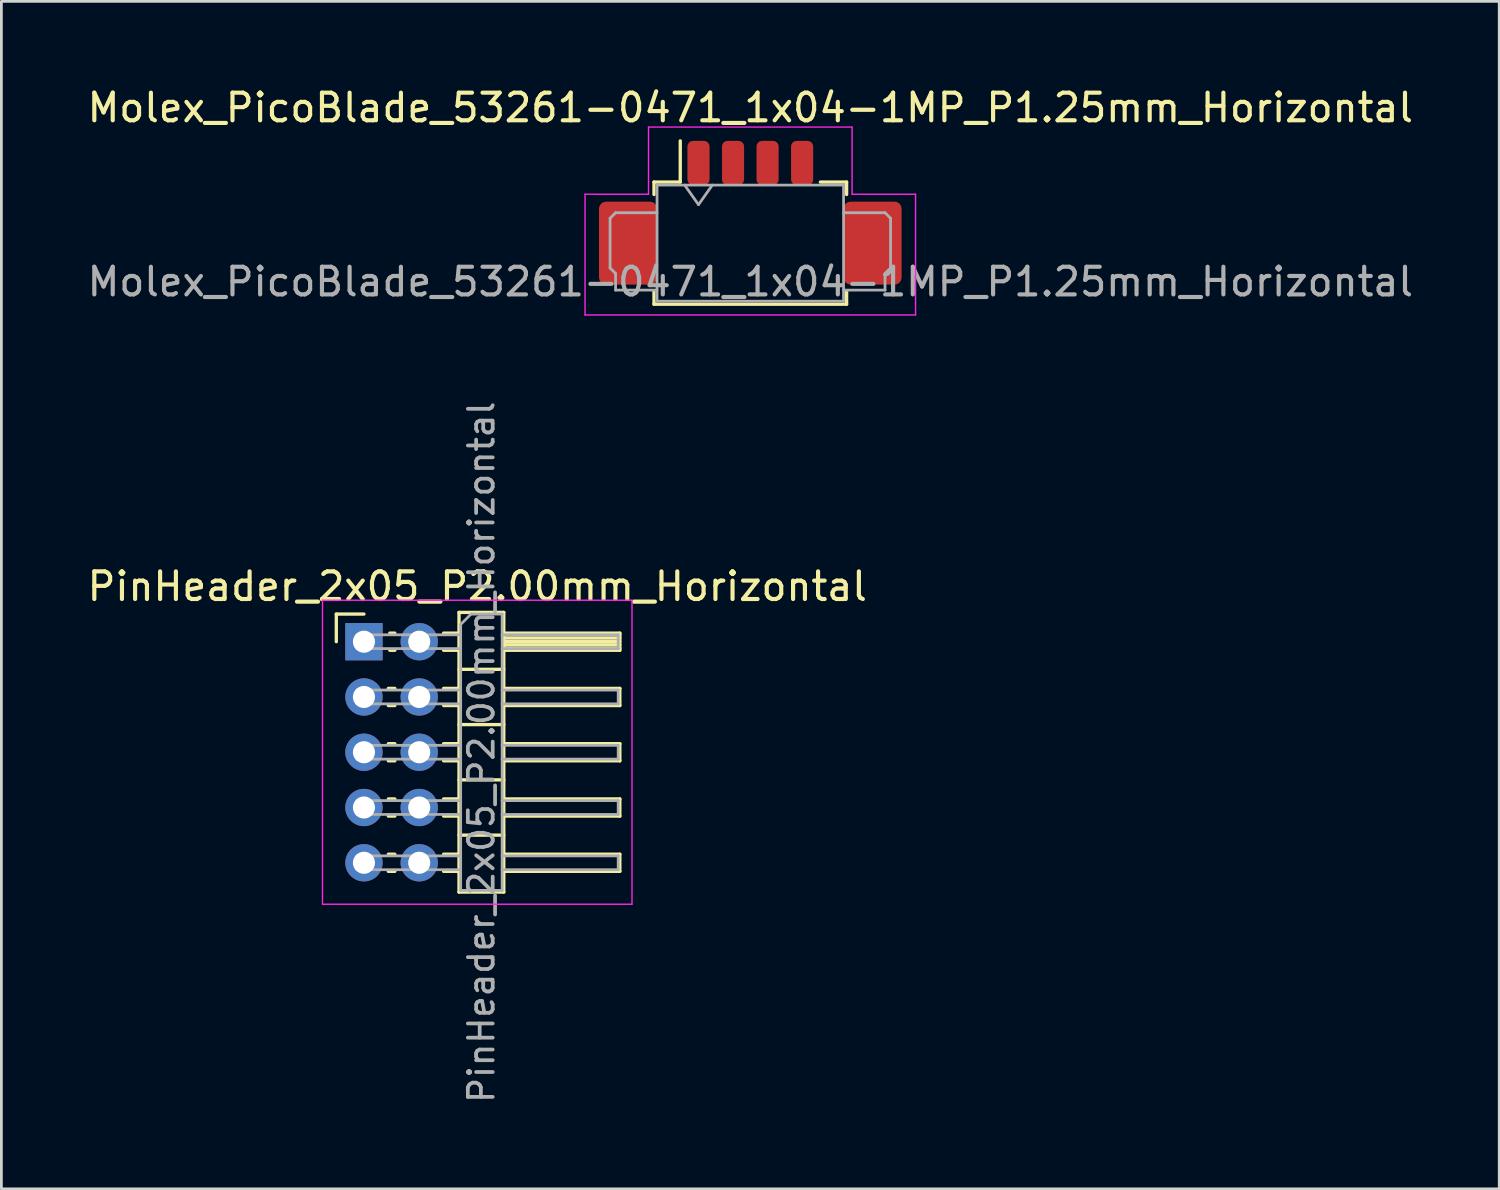
<source format=kicad_pcb>
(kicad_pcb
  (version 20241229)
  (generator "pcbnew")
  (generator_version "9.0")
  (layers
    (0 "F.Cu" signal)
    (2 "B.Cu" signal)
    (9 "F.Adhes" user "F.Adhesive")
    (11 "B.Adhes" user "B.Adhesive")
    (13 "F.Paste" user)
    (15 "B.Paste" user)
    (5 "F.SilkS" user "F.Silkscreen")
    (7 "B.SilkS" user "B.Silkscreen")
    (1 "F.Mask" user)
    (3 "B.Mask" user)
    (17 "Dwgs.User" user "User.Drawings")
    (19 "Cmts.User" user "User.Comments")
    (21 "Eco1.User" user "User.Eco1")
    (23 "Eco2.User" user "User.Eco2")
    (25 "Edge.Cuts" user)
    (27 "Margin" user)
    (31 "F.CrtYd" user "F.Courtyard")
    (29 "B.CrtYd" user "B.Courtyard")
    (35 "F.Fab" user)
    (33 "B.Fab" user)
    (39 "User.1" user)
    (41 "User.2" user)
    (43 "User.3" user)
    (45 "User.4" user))
  (footprint "PinHeader_2x05_P2.00mm_Horizontal"
    (layer "F.Cu")
    (at 10.12 20.171)
    (property "Reference" "PinHeader_2x05_P2.00mm_Horizontal" (at 4.1 -2 0) (layer "F.SilkS") (effects (font (size 1 1) (thickness 0.15))))
    (attr through_hole)
    (fp_line (start -1 -1) (end 0 -1) (stroke (width 0.12) (type solid)) (layer "F.SilkS"))
    (fp_line (start -1 0) (end -1 -1) (stroke (width 0.12) (type solid)) (layer "F.SilkS"))
    (fp_line (start 0.882 1.69) (end 1.118 1.69) (stroke (width 0.12) (type solid)) (layer "F.SilkS"))
    (fp_line (start 0.882 2.31) (end 1.118 2.31) (stroke (width 0.12) (type solid)) (layer "F.SilkS"))
    (fp_line (start 0.882 3.69) (end 1.118 3.69) (stroke (width 0.12) (type solid)) (layer "F.SilkS"))
    (fp_line (start 0.882 4.31) (end 1.118 4.31) (stroke (width 0.12) (type solid)) (layer "F.SilkS"))
    (fp_line (start 0.882 5.69) (end 1.118 5.69) (stroke (width 0.12) (type solid)) (layer "F.SilkS"))
    (fp_line (start 0.882 6.31) (end 1.118 6.31) (stroke (width 0.12) (type solid)) (layer "F.SilkS"))
    (fp_line (start 0.882 7.69) (end 1.118 7.69) (stroke (width 0.12) (type solid)) (layer "F.SilkS"))
    (fp_line (start 0.882 8.31) (end 1.118 8.31) (stroke (width 0.12) (type solid)) (layer "F.SilkS"))
    (fp_line (start 0.935 -0.31) (end 1.118 -0.31) (stroke (width 0.12) (type solid)) (layer "F.SilkS"))
    (fp_line (start 0.935 0.31) (end 1.118 0.31) (stroke (width 0.12) (type solid)) (layer "F.SilkS"))
    (fp_line (start 2.882 -0.31) (end 3.44 -0.31) (stroke (width 0.12) (type solid)) (layer "F.SilkS"))
    (fp_line (start 2.882 0.31) (end 3.44 0.31) (stroke (width 0.12) (type solid)) (layer "F.SilkS"))
    (fp_line (start 2.882 1.69) (end 3.44 1.69) (stroke (width 0.12) (type solid)) (layer "F.SilkS"))
    (fp_line (start 2.882 2.31) (end 3.44 2.31) (stroke (width 0.12) (type solid)) (layer "F.SilkS"))
    (fp_line (start 2.882 3.69) (end 3.44 3.69) (stroke (width 0.12) (type solid)) (layer "F.SilkS"))
    (fp_line (start 2.882 4.31) (end 3.44 4.31) (stroke (width 0.12) (type solid)) (layer "F.SilkS"))
    (fp_line (start 2.882 5.69) (end 3.44 5.69) (stroke (width 0.12) (type solid)) (layer "F.SilkS"))
    (fp_line (start 2.882 6.31) (end 3.44 6.31) (stroke (width 0.12) (type solid)) (layer "F.SilkS"))
    (fp_line (start 2.882 7.69) (end 3.44 7.69) (stroke (width 0.12) (type solid)) (layer "F.SilkS"))
    (fp_line (start 2.882 8.31) (end 3.44 8.31) (stroke (width 0.12) (type solid)) (layer "F.SilkS"))
    (fp_line (start 3.44 -1.06) (end 3.44 9.06) (stroke (width 0.12) (type solid)) (layer "F.SilkS"))
    (fp_line (start 3.44 1) (end 5.06 1) (stroke (width 0.12) (type solid)) (layer "F.SilkS"))
    (fp_line (start 3.44 3) (end 5.06 3) (stroke (width 0.12) (type solid)) (layer "F.SilkS"))
    (fp_line (start 3.44 5) (end 5.06 5) (stroke (width 0.12) (type solid)) (layer "F.SilkS"))
    (fp_line (start 3.44 7) (end 5.06 7) (stroke (width 0.12) (type solid)) (layer "F.SilkS"))
    (fp_line (start 3.44 9.06) (end 5.06 9.06) (stroke (width 0.12) (type solid)) (layer "F.SilkS"))
    (fp_line (start 5.06 -1.06) (end 3.44 -1.06) (stroke (width 0.12) (type solid)) (layer "F.SilkS"))
    (fp_line (start 5.06 -0.31) (end 9.26 -0.31) (stroke (width 0.12) (type solid)) (layer "F.SilkS"))
    (fp_line (start 5.06 -0.25) (end 9.26 -0.25) (stroke (width 0.12) (type solid)) (layer "F.SilkS"))
    (fp_line (start 5.06 -0.13) (end 9.26 -0.13) (stroke (width 0.12) (type solid)) (layer "F.SilkS"))
    (fp_line (start 5.06 -0.01) (end 9.26 -0.01) (stroke (width 0.12) (type solid)) (layer "F.SilkS"))
    (fp_line (start 5.06 0.11) (end 9.26 0.11) (stroke (width 0.12) (type solid)) (layer "F.SilkS"))
    (fp_line (start 5.06 0.23) (end 9.26 0.23) (stroke (width 0.12) (type solid)) (layer "F.SilkS"))
    (fp_line (start 5.06 1.69) (end 9.26 1.69) (stroke (width 0.12) (type solid)) (layer "F.SilkS"))
    (fp_line (start 5.06 3.69) (end 9.26 3.69) (stroke (width 0.12) (type solid)) (layer "F.SilkS"))
    (fp_line (start 5.06 5.69) (end 9.26 5.69) (stroke (width 0.12) (type solid)) (layer "F.SilkS"))
    (fp_line (start 5.06 7.69) (end 9.26 7.69) (stroke (width 0.12) (type solid)) (layer "F.SilkS"))
    (fp_line (start 5.06 9.06) (end 5.06 -1.06) (stroke (width 0.12) (type solid)) (layer "F.SilkS"))
    (fp_line (start 9.26 -0.31) (end 9.26 0.31) (stroke (width 0.12) (type solid)) (layer "F.SilkS"))
    (fp_line (start 9.26 0.31) (end 5.06 0.31) (stroke (width 0.12) (type solid)) (layer "F.SilkS"))
    (fp_line (start 9.26 1.69) (end 9.26 2.31) (stroke (width 0.12) (type solid)) (layer "F.SilkS"))
    (fp_line (start 9.26 2.31) (end 5.06 2.31) (stroke (width 0.12) (type solid)) (layer "F.SilkS"))
    (fp_line (start 9.26 3.69) (end 9.26 4.31) (stroke (width 0.12) (type solid)) (layer "F.SilkS"))
    (fp_line (start 9.26 4.31) (end 5.06 4.31) (stroke (width 0.12) (type solid)) (layer "F.SilkS"))
    (fp_line (start 9.26 5.69) (end 9.26 6.31) (stroke (width 0.12) (type solid)) (layer "F.SilkS"))
    (fp_line (start 9.26 6.31) (end 5.06 6.31) (stroke (width 0.12) (type solid)) (layer "F.SilkS"))
    (fp_line (start 9.26 7.69) (end 9.26 8.31) (stroke (width 0.12) (type solid)) (layer "F.SilkS"))
    (fp_line (start 9.26 8.31) (end 5.06 8.31) (stroke (width 0.12) (type solid)) (layer "F.SilkS"))
    (fp_line (start -1.5 -1.5) (end -1.5 9.5) (stroke (width 0.05) (type solid)) (layer "F.CrtYd"))
    (fp_line (start -1.5 9.5) (end 9.7 9.5) (stroke (width 0.05) (type solid)) (layer "F.CrtYd"))
    (fp_line (start 9.7 -1.5) (end -1.5 -1.5) (stroke (width 0.05) (type solid)) (layer "F.CrtYd"))
    (fp_line (start 9.7 9.5) (end 9.7 -1.5) (stroke (width 0.05) (type solid)) (layer "F.CrtYd"))
    (fp_line (start -0.25 -0.25) (end -0.25 0.25) (stroke (width 0.1) (type solid)) (layer "F.Fab"))
    (fp_line (start -0.25 -0.25) (end 3.5 -0.25) (stroke (width 0.1) (type solid)) (layer "F.Fab"))
    (fp_line (start -0.25 0.25) (end 3.5 0.25) (stroke (width 0.1) (type solid)) (layer "F.Fab"))
    (fp_line (start -0.25 1.75) (end -0.25 2.25) (stroke (width 0.1) (type solid)) (layer "F.Fab"))
    (fp_line (start -0.25 1.75) (end 3.5 1.75) (stroke (width 0.1) (type solid)) (layer "F.Fab"))
    (fp_line (start -0.25 2.25) (end 3.5 2.25) (stroke (width 0.1) (type solid)) (layer "F.Fab"))
    (fp_line (start -0.25 3.75) (end -0.25 4.25) (stroke (width 0.1) (type solid)) (layer "F.Fab"))
    (fp_line (start -0.25 3.75) (end 3.5 3.75) (stroke (width 0.1) (type solid)) (layer "F.Fab"))
    (fp_line (start -0.25 4.25) (end 3.5 4.25) (stroke (width 0.1) (type solid)) (layer "F.Fab"))
    (fp_line (start -0.25 5.75) (end -0.25 6.25) (stroke (width 0.1) (type solid)) (layer "F.Fab"))
    (fp_line (start -0.25 5.75) (end 3.5 5.75) (stroke (width 0.1) (type solid)) (layer "F.Fab"))
    (fp_line (start -0.25 6.25) (end 3.5 6.25) (stroke (width 0.1) (type solid)) (layer "F.Fab"))
    (fp_line (start -0.25 7.75) (end -0.25 8.25) (stroke (width 0.1) (type solid)) (layer "F.Fab"))
    (fp_line (start -0.25 7.75) (end 3.5 7.75) (stroke (width 0.1) (type solid)) (layer "F.Fab"))
    (fp_line (start -0.25 8.25) (end 3.5 8.25) (stroke (width 0.1) (type solid)) (layer "F.Fab"))
    (fp_line (start 3.5 -0.625) (end 3.875 -1) (stroke (width 0.1) (type solid)) (layer "F.Fab"))
    (fp_line (start 3.5 9) (end 3.5 -0.625) (stroke (width 0.1) (type solid)) (layer "F.Fab"))
    (fp_line (start 3.875 -1) (end 5 -1) (stroke (width 0.1) (type solid)) (layer "F.Fab"))
    (fp_line (start 5 -1) (end 5 9) (stroke (width 0.1) (type solid)) (layer "F.Fab"))
    (fp_line (start 5 -0.25) (end 9.2 -0.25) (stroke (width 0.1) (type solid)) (layer "F.Fab"))
    (fp_line (start 5 0.25) (end 9.2 0.25) (stroke (width 0.1) (type solid)) (layer "F.Fab"))
    (fp_line (start 5 1.75) (end 9.2 1.75) (stroke (width 0.1) (type solid)) (layer "F.Fab"))
    (fp_line (start 5 2.25) (end 9.2 2.25) (stroke (width 0.1) (type solid)) (layer "F.Fab"))
    (fp_line (start 5 3.75) (end 9.2 3.75) (stroke (width 0.1) (type solid)) (layer "F.Fab"))
    (fp_line (start 5 4.25) (end 9.2 4.25) (stroke (width 0.1) (type solid)) (layer "F.Fab"))
    (fp_line (start 5 5.75) (end 9.2 5.75) (stroke (width 0.1) (type solid)) (layer "F.Fab"))
    (fp_line (start 5 6.25) (end 9.2 6.25) (stroke (width 0.1) (type solid)) (layer "F.Fab"))
    (fp_line (start 5 7.75) (end 9.2 7.75) (stroke (width 0.1) (type solid)) (layer "F.Fab"))
    (fp_line (start 5 8.25) (end 9.2 8.25) (stroke (width 0.1) (type solid)) (layer "F.Fab"))
    (fp_line (start 5 9) (end 3.5 9) (stroke (width 0.1) (type solid)) (layer "F.Fab"))
    (fp_line (start 9.2 -0.25) (end 9.2 0.25) (stroke (width 0.1) (type solid)) (layer "F.Fab"))
    (fp_line (start 9.2 1.75) (end 9.2 2.25) (stroke (width 0.1) (type solid)) (layer "F.Fab"))
    (fp_line (start 9.2 3.75) (end 9.2 4.25) (stroke (width 0.1) (type solid)) (layer "F.Fab"))
    (fp_line (start 9.2 5.75) (end 9.2 6.25) (stroke (width 0.1) (type solid)) (layer "F.Fab"))
    (fp_line (start 9.2 7.75) (end 9.2 8.25) (stroke (width 0.1) (type solid)) (layer "F.Fab"))
    (fp_text user "${REFERENCE}" (at 4.25 4 90) (layer "F.Fab") (effects (font (size 0.9 0.9) (thickness 0.135))))
    (pad "1" thru_hole rect (at 0 0) (size 1.35 1.35) (drill 0.8) (layers "*.Cu" "*.Mask"))
    (pad "2" thru_hole oval (at 2 0) (size 1.35 1.35) (drill 0.8) (layers "*.Cu" "*.Mask"))
    (pad "3" thru_hole oval (at 0 2) (size 1.35 1.35) (drill 0.8) (layers "*.Cu" "*.Mask"))
    (pad "4" thru_hole oval (at 2 2) (size 1.35 1.35) (drill 0.8) (layers "*.Cu" "*.Mask"))
    (pad "5" thru_hole oval (at 0 4) (size 1.35 1.35) (drill 0.8) (layers "*.Cu" "*.Mask"))
    (pad "6" thru_hole oval (at 2 4) (size 1.35 1.35) (drill 0.8) (layers "*.Cu" "*.Mask"))
    (pad "7" thru_hole oval (at 0 6) (size 1.35 1.35) (drill 0.8) (layers "*.Cu" "*.Mask"))
    (pad "8" thru_hole oval (at 2 6) (size 1.35 1.35) (drill 0.8) (layers "*.Cu" "*.Mask"))
    (pad "9" thru_hole oval (at 0 8) (size 1.35 1.35) (drill 0.8) (layers "*.Cu" "*.Mask"))
    (pad "10" thru_hole oval (at 2 8) (size 1.35 1.35) (drill 0.8) (layers "*.Cu" "*.Mask")))
  (footprint "Molex_PicoBlade_53261-0471_1x04-1MP_P1.25mm_Horizontal"
    (layer "F.Cu")
    (at 24.101 5.248)
    (property "Reference" "Molex_PicoBlade_53261-0471_1x04-1MP_P1.25mm_Horizontal" (at 0 -4.4 0) (layer "F.SilkS") (effects (font (size 1 1) (thickness 0.15))))
    (attr smd)
    (fp_line (start -3.485 -1.71) (end -2.535 -1.71) (stroke (width 0.12) (type solid)) (layer "F.SilkS"))
    (fp_line (start -3.485 -1.26) (end -3.485 -1.71) (stroke (width 0.12) (type solid)) (layer "F.SilkS"))
    (fp_line (start -3.485 2.26) (end -3.485 2.71) (stroke (width 0.12) (type solid)) (layer "F.SilkS"))
    (fp_line (start -3.485 2.71) (end 3.485 2.71) (stroke (width 0.12) (type solid)) (layer "F.SilkS"))
    (fp_line (start -2.535 -1.71) (end -2.535 -3.2) (stroke (width 0.12) (type solid)) (layer "F.SilkS"))
    (fp_line (start 3.485 -1.71) (end 2.535 -1.71) (stroke (width 0.12) (type solid)) (layer "F.SilkS"))
    (fp_line (start 3.485 -1.26) (end 3.485 -1.71) (stroke (width 0.12) (type solid)) (layer "F.SilkS"))
    (fp_line (start 3.485 2.71) (end 3.485 2.26) (stroke (width 0.12) (type solid)) (layer "F.SilkS"))
    (fp_line (start -5.98 -1.27) (end -5.98 3.1) (stroke (width 0.05) (type solid)) (layer "F.CrtYd"))
    (fp_line (start -5.98 3.1) (end 5.98 3.1) (stroke (width 0.05) (type solid)) (layer "F.CrtYd"))
    (fp_line (start -3.683 -3.7) (end -3.683 -1.27) (stroke (width 0.05) (type default)) (layer "F.CrtYd"))
    (fp_line (start -3.683 -1.27) (end -5.98 -1.27) (stroke (width 0.05) (type default)) (layer "F.CrtYd"))
    (fp_line (start 3.683 -3.7) (end -3.683 -3.7) (stroke (width 0.05) (type solid)) (layer "F.CrtYd"))
    (fp_line (start 3.683 -3.7) (end 3.683 -1.27) (stroke (width 0.05) (type default)) (layer "F.CrtYd"))
    (fp_line (start 3.683 -1.27) (end 5.98 -1.27) (stroke (width 0.05) (type default)) (layer "F.CrtYd"))
    (fp_line (start 5.98 3.1) (end 5.98 -1.27) (stroke (width 0.05) (type solid)) (layer "F.CrtYd"))
    (fp_line (start -5.075 -0.4) (end -5.075 1.4) (stroke (width 0.1) (type solid)) (layer "F.Fab"))
    (fp_line (start -5.075 1.4) (end -4.875 1.6) (stroke (width 0.1) (type solid)) (layer "F.Fab"))
    (fp_line (start -4.875 -0.6) (end -5.075 -0.4) (stroke (width 0.1) (type solid)) (layer "F.Fab"))
    (fp_line (start -4.875 1.6) (end -4.875 2.2) (stroke (width 0.1) (type solid)) (layer "F.Fab"))
    (fp_line (start -4.875 2.2) (end -3.375 2.2) (stroke (width 0.1) (type solid)) (layer "F.Fab"))
    (fp_line (start -3.375 -1.6) (end -3.375 2.6) (stroke (width 0.1) (type solid)) (layer "F.Fab"))
    (fp_line (start -3.375 -1.6) (end 3.375 -1.6) (stroke (width 0.1) (type solid)) (layer "F.Fab"))
    (fp_line (start -3.375 -0.6) (end -4.875 -0.6) (stroke (width 0.1) (type solid)) (layer "F.Fab"))
    (fp_line (start -3.375 2.6) (end 3.375 2.6) (stroke (width 0.1) (type solid)) (layer "F.Fab"))
    (fp_line (start -2.375 -1.6) (end -1.875 -0.893) (stroke (width 0.1) (type solid)) (layer "F.Fab"))
    (fp_line (start -1.875 -0.893) (end -1.375 -1.6) (stroke (width 0.1) (type solid)) (layer "F.Fab"))
    (fp_line (start 3.375 -1.6) (end 3.375 2.6) (stroke (width 0.1) (type solid)) (layer "F.Fab"))
    (fp_line (start 3.375 -0.6) (end 4.875 -0.6) (stroke (width 0.1) (type solid)) (layer "F.Fab"))
    (fp_line (start 4.875 -0.6) (end 5.075 -0.4) (stroke (width 0.1) (type solid)) (layer "F.Fab"))
    (fp_line (start 4.875 1.6) (end 4.875 2.2) (stroke (width 0.1) (type solid)) (layer "F.Fab"))
    (fp_line (start 4.875 2.2) (end 3.375 2.2) (stroke (width 0.1) (type solid)) (layer "F.Fab"))
    (fp_line (start 5.075 -0.4) (end 5.075 1.4) (stroke (width 0.1) (type solid)) (layer "F.Fab"))
    (fp_line (start 5.075 1.4) (end 4.875 1.6) (stroke (width 0.1) (type solid)) (layer "F.Fab"))
    (fp_text user "${REFERENCE}" (at 0 1.9 0) (layer "F.Fab") (effects (font (size 1 1) (thickness 0.15))))
    (pad "1" smd roundrect (at -1.875 -2.4) (size 0.8 1.6) (layers "F.Cu" "F.Mask" "F.Paste") (roundrect_rratio 0.25))
    (pad "2" smd roundrect (at -0.625 -2.4) (size 0.8 1.6) (layers "F.Cu" "F.Mask" "F.Paste") (roundrect_rratio 0.25))
    (pad "3" smd roundrect (at 0.625 -2.4) (size 0.8 1.6) (layers "F.Cu" "F.Mask" "F.Paste") (roundrect_rratio 0.25))
    (pad "4" smd roundrect (at 1.875 -2.4) (size 0.8 1.6) (layers "F.Cu" "F.Mask" "F.Paste") (roundrect_rratio 0.25))
    (pad "MP" smd roundrect (at -4.425 0.5) (size 2.1 3) (layers "F.Cu" "F.Mask" "F.Paste") (roundrect_rratio 0.119))
    (pad "MP" smd roundrect (at 4.425 0.5) (size 2.1 3) (layers "F.Cu" "F.Mask" "F.Paste") (roundrect_rratio 0.119)))
  (gr_rect
    (start -3 -3)
    (end 51.202 39.97)
    (stroke (width 0.1) (type default))
    (fill no)
    (layer "Edge.Cuts")))
</source>
